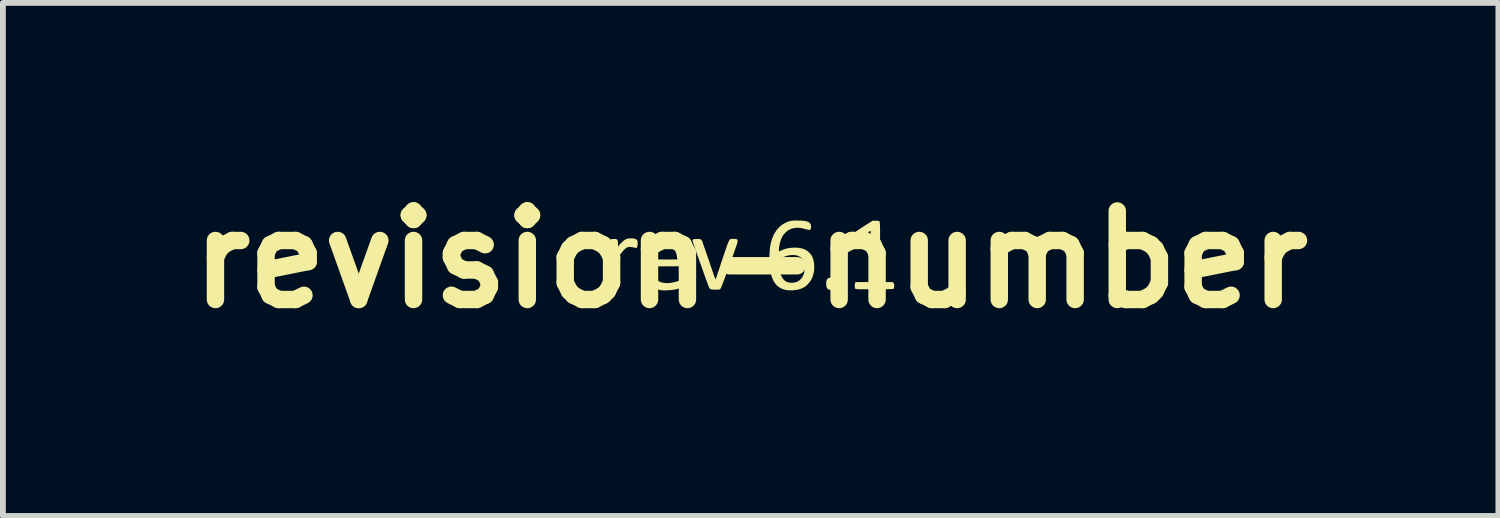
<source format=kicad_pcb>
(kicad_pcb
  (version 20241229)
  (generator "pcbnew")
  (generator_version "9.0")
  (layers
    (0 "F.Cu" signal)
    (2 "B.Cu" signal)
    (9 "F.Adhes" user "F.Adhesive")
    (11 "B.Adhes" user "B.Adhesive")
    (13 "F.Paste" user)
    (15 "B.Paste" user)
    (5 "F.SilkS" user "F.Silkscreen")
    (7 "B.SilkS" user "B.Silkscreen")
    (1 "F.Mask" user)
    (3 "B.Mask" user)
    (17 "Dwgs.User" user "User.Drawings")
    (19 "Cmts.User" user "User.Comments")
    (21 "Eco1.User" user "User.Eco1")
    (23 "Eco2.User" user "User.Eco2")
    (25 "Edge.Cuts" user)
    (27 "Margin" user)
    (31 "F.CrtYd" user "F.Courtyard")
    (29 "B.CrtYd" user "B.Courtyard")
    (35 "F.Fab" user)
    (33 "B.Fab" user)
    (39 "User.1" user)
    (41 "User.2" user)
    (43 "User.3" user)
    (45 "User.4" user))
  (footprint "revision-number"
    (layer "F.Cu")
    (at 9.877 1.418)
    (property "Reference" "revision-number" (at 0 0 0) (layer "F.SilkS") (effects (font (size 1.524 1.524) (thickness 0.3))))
    (attr board_only exclude_from_pos_files exclude_from_bom)
    (fp_poly (pts (xy 1.419 0.314) (xy 1.447 0.317) (xy 1.466 0.323) (xy 1.484 0.34) (xy 1.495 0.368) (xy 1.499 0.407) (xy 1.498 0.434) (xy 1.493 0.469) (xy 1.484 0.493) (xy 1.469 0.509) (xy 1.459 0.514) (xy 1.434 0.521) (xy 1.403 0.525) (xy 1.371 0.524) (xy 1.349 0.521) (xy 1.327 0.509) (xy 1.313 0.489) (xy 1.304 0.459) (xy 1.301 0.434) (xy 1.301 0.394) (xy 1.308 0.36) (xy 1.321 0.335) (xy 1.338 0.321) (xy 1.359 0.315) (xy 1.388 0.313)) (stroke (width 0) (type solid)) (fill yes) (layer "F.SilkS"))
    (fp_poly (pts (xy -2.024 -0.362) (xy -1.992 -0.355) (xy -1.969 -0.346) (xy -1.956 -0.335) (xy -1.951 -0.326) (xy -1.947 -0.306) (xy -1.945 -0.279) (xy -1.947 -0.251) (xy -1.951 -0.225) (xy -1.957 -0.208) (xy -1.96 -0.204) (xy -1.968 -0.198) (xy -1.977 -0.197) (xy -1.992 -0.2) (xy -2.006 -0.204) (xy -2.043 -0.213) (xy -2.081 -0.216) (xy -2.113 -0.212) (xy -2.13 -0.206) (xy -2.152 -0.191) (xy -2.178 -0.167) (xy -2.205 -0.137) (xy -2.231 -0.104) (xy -2.244 -0.087) (xy -2.271 -0.045) (xy -2.271 0.224) (xy -2.271 0.296) (xy -2.271 0.356) (xy -2.272 0.404) (xy -2.273 0.441) (xy -2.275 0.47) (xy -2.279 0.491) (xy -2.284 0.505) (xy -2.292 0.514) (xy -2.302 0.519) (xy -2.315 0.521) (xy -2.331 0.521) (xy -2.35 0.521) (xy -2.353 0.521) (xy -2.383 0.52) (xy -2.402 0.518) (xy -2.414 0.513) (xy -2.419 0.508) (xy -2.422 0.505) (xy -2.424 0.499) (xy -2.426 0.49) (xy -2.427 0.476) (xy -2.428 0.457) (xy -2.429 0.432) (xy -2.43 0.399) (xy -2.43 0.358) (xy -2.431 0.307) (xy -2.431 0.245) (xy -2.431 0.172) (xy -2.431 0.085) (xy -2.431 0.082) (xy -2.431 -0.005) (xy -2.431 -0.079) (xy -2.431 -0.141) (xy -2.43 -0.192) (xy -2.43 -0.234) (xy -2.429 -0.267) (xy -2.428 -0.292) (xy -2.427 -0.311) (xy -2.426 -0.324) (xy -2.424 -0.333) (xy -2.422 -0.338) (xy -2.42 -0.341) (xy -2.407 -0.346) (xy -2.386 -0.351) (xy -2.361 -0.353) (xy -2.329 -0.353) (xy -2.308 -0.348) (xy -2.294 -0.336) (xy -2.287 -0.315) (xy -2.285 -0.282) (xy -2.285 -0.273) (xy -2.285 -0.219) (xy -2.27 -0.24) (xy -2.247 -0.267) (xy -2.219 -0.295) (xy -2.19 -0.321) (xy -2.162 -0.341) (xy -2.147 -0.349) (xy -2.111 -0.36) (xy -2.068 -0.364)) (stroke (width 0) (type solid)) (fill yes) (layer "F.SilkS"))
    (fp_poly (pts (xy 2.185 -0.666) (xy 2.206 -0.663) (xy 2.217 -0.657) (xy 2.219 -0.656) (xy 2.221 -0.653) (xy 2.222 -0.647) (xy 2.224 -0.638) (xy 2.225 -0.624) (xy 2.226 -0.605) (xy 2.227 -0.58) (xy 2.228 -0.547) (xy 2.229 -0.506) (xy 2.229 -0.457) (xy 2.229 -0.397) (xy 2.229 -0.326) (xy 2.229 -0.244) (xy 2.23 -0.148) (xy 2.23 -0.128) (xy 2.23 0.389) (xy 2.341 0.389) (xy 2.382 0.389) (xy 2.412 0.389) (xy 2.432 0.39) (xy 2.445 0.392) (xy 2.453 0.396) (xy 2.459 0.4) (xy 2.463 0.406) (xy 2.469 0.423) (xy 2.472 0.447) (xy 2.471 0.472) (xy 2.467 0.493) (xy 2.459 0.507) (xy 2.458 0.508) (xy 2.449 0.509) (xy 2.428 0.51) (xy 2.396 0.511) (xy 2.354 0.512) (xy 2.304 0.513) (xy 2.247 0.513) (xy 2.185 0.514) (xy 2.127 0.514) (xy 2.052 0.514) (xy 1.99 0.514) (xy 1.939 0.514) (xy 1.898 0.513) (xy 1.867 0.513) (xy 1.843 0.512) (xy 1.826 0.511) (xy 1.814 0.509) (xy 1.807 0.507) (xy 1.802 0.505) (xy 1.8 0.502) (xy 1.799 0.501) (xy 1.794 0.482) (xy 1.792 0.456) (xy 1.794 0.429) (xy 1.799 0.407) (xy 1.799 0.407) (xy 1.806 0.389) (xy 2.07 0.389) (xy 2.07 -0.052) (xy 2.07 -0.129) (xy 2.07 -0.202) (xy 2.069 -0.269) (xy 2.069 -0.329) (xy 2.068 -0.382) (xy 2.068 -0.426) (xy 2.067 -0.46) (xy 2.067 -0.483) (xy 2.066 -0.493) (xy 2.066 -0.493) (xy 2.059 -0.49) (xy 2.042 -0.48) (xy 2.017 -0.466) (xy 1.986 -0.447) (xy 1.95 -0.426) (xy 1.946 -0.424) (xy 1.909 -0.402) (xy 1.875 -0.383) (xy 1.847 -0.368) (xy 1.826 -0.358) (xy 1.815 -0.354) (xy 1.815 -0.354) (xy 1.799 -0.36) (xy 1.792 -0.368) (xy 1.787 -0.386) (xy 1.785 -0.412) (xy 1.787 -0.439) (xy 1.792 -0.459) (xy 1.792 -0.46) (xy 1.801 -0.469) (xy 1.82 -0.485) (xy 1.85 -0.506) (xy 1.889 -0.532) (xy 1.936 -0.563) (xy 1.95 -0.572) (xy 2.1 -0.667) (xy 2.154 -0.667)) (stroke (width 0) (type solid)) (fill yes) (layer "F.SilkS"))
    (fp_poly (pts (xy -0.291 -0.354) (xy -0.29 -0.354) (xy -0.262 -0.353) (xy -0.242 -0.349) (xy -0.229 -0.341) (xy -0.224 -0.326) (xy -0.225 -0.304) (xy -0.233 -0.273) (xy -0.247 -0.231) (xy -0.253 -0.214) (xy -0.297 -0.089) (xy -0.337 0.024) (xy -0.373 0.124) (xy -0.405 0.211) (xy -0.433 0.287) (xy -0.457 0.351) (xy -0.477 0.404) (xy -0.493 0.446) (xy -0.506 0.477) (xy -0.515 0.497) (xy -0.521 0.508) (xy -0.522 0.509) (xy -0.531 0.515) (xy -0.545 0.518) (xy -0.566 0.52) (xy -0.597 0.52) (xy -0.607 0.52) (xy -0.638 0.52) (xy -0.666 0.517) (xy -0.686 0.515) (xy -0.692 0.513) (xy -0.704 0.502) (xy -0.716 0.482) (xy -0.722 0.47) (xy -0.731 0.446) (xy -0.743 0.412) (xy -0.759 0.37) (xy -0.777 0.321) (xy -0.796 0.266) (xy -0.817 0.207) (xy -0.839 0.145) (xy -0.861 0.082) (xy -0.884 0.019) (xy -0.905 -0.043) (xy -0.926 -0.102) (xy -0.945 -0.157) (xy -0.962 -0.207) (xy -0.977 -0.249) (xy -0.988 -0.284) (xy -0.996 -0.308) (xy -1 -0.321) (xy -1 -0.323) (xy -0.997 -0.338) (xy -0.985 -0.347) (xy -0.963 -0.352) (xy -0.93 -0.353) (xy -0.911 -0.353) (xy -0.887 -0.351) (xy -0.869 -0.349) (xy -0.855 -0.344) (xy -0.845 -0.334) (xy -0.836 -0.318) (xy -0.826 -0.292) (xy -0.814 -0.256) (xy -0.812 -0.25) (xy -0.801 -0.219) (xy -0.787 -0.179) (xy -0.771 -0.132) (xy -0.753 -0.081) (xy -0.734 -0.026) (xy -0.715 0.03) (xy -0.696 0.086) (xy -0.678 0.139) (xy -0.661 0.188) (xy -0.646 0.231) (xy -0.634 0.267) (xy -0.625 0.293) (xy -0.62 0.307) (xy -0.613 0.326) (xy -0.607 0.338) (xy -0.605 0.34) (xy -0.601 0.334) (xy -0.594 0.317) (xy -0.585 0.292) (xy -0.575 0.262) (xy -0.567 0.238) (xy -0.555 0.202) (xy -0.54 0.157) (xy -0.523 0.106) (xy -0.504 0.049) (xy -0.484 -0.012) (xy -0.463 -0.073) (xy -0.461 -0.078) (xy -0.439 -0.145) (xy -0.42 -0.201) (xy -0.404 -0.246) (xy -0.391 -0.281) (xy -0.38 -0.307) (xy -0.37 -0.327) (xy -0.36 -0.34) (xy -0.35 -0.348) (xy -0.339 -0.353) (xy -0.326 -0.354) (xy -0.31 -0.354)) (stroke (width 0) (type solid)) (fill yes) (layer "F.SilkS"))
    (fp_poly (pts (xy -1.397 -0.36) (xy -1.354 -0.352) (xy -1.351 -0.351) (xy -1.289 -0.326) (xy -1.235 -0.29) (xy -1.19 -0.244) (xy -1.154 -0.188) (xy -1.129 -0.123) (xy -1.122 -0.093) (xy -1.117 -0.062) (xy -1.113 -0.028) (xy -1.112 0.008) (xy -1.112 0.041) (xy -1.114 0.069) (xy -1.118 0.087) (xy -1.12 0.091) (xy -1.126 0.098) (xy -1.132 0.103) (xy -1.141 0.107) (xy -1.154 0.111) (xy -1.171 0.114) (xy -1.195 0.115) (xy -1.226 0.117) (xy -1.267 0.117) (xy -1.317 0.118) (xy -1.38 0.118) (xy -1.431 0.118) (xy -1.704 0.118) (xy -1.7 0.17) (xy -1.69 0.232) (xy -1.671 0.285) (xy -1.642 0.328) (xy -1.622 0.349) (xy -1.58 0.377) (xy -1.529 0.397) (xy -1.47 0.406) (xy -1.407 0.407) (xy -1.339 0.397) (xy -1.268 0.378) (xy -1.258 0.375) (xy -1.219 0.361) (xy -1.191 0.353) (xy -1.172 0.349) (xy -1.16 0.349) (xy -1.153 0.354) (xy -1.152 0.355) (xy -1.149 0.368) (xy -1.147 0.389) (xy -1.146 0.414) (xy -1.147 0.437) (xy -1.15 0.453) (xy -1.15 0.455) (xy -1.162 0.468) (xy -1.186 0.481) (xy -1.222 0.496) (xy -1.269 0.51) (xy -1.277 0.512) (xy -1.32 0.521) (xy -1.37 0.527) (xy -1.423 0.531) (xy -1.474 0.533) (xy -1.52 0.532) (xy -1.552 0.528) (xy -1.621 0.509) (xy -1.684 0.48) (xy -1.738 0.442) (xy -1.782 0.395) (xy -1.813 0.348) (xy -1.834 0.293) (xy -1.851 0.229) (xy -1.86 0.158) (xy -1.863 0.083) (xy -1.861 0.024) (xy -1.857 0) (xy -1.702 0) (xy -1.262 0) (xy -1.267 -0.036) (xy -1.276 -0.086) (xy -1.289 -0.126) (xy -1.308 -0.159) (xy -1.33 -0.185) (xy -1.369 -0.216) (xy -1.412 -0.235) (xy -1.462 -0.243) (xy -1.476 -0.243) (xy -1.526 -0.237) (xy -1.573 -0.221) (xy -1.615 -0.195) (xy -1.648 -0.162) (xy -1.66 -0.144) (xy -1.673 -0.118) (xy -1.685 -0.086) (xy -1.695 -0.055) (xy -1.701 -0.029) (xy -1.702 -0.02) (xy -1.702 0) (xy -1.857 0) (xy -1.848 -0.059) (xy -1.826 -0.132) (xy -1.793 -0.197) (xy -1.752 -0.251) (xy -1.701 -0.296) (xy -1.641 -0.331) (xy -1.594 -0.349) (xy -1.551 -0.358) (xy -1.5 -0.363) (xy -1.447 -0.364)) (stroke (width 0) (type solid)) (fill yes) (layer "F.SilkS"))
    (fp_poly (pts (xy 0.87 -0.669) (xy 0.924 -0.664) (xy 0.967 -0.655) (xy 1 -0.642) (xy 1.022 -0.624) (xy 1.035 -0.603) (xy 1.037 -0.593) (xy 1.04 -0.566) (xy 1.038 -0.54) (xy 1.031 -0.52) (xy 1.021 -0.509) (xy 1.018 -0.508) (xy 1.007 -0.509) (xy 0.985 -0.513) (xy 0.958 -0.519) (xy 0.942 -0.523) (xy 0.888 -0.537) (xy 0.843 -0.544) (xy 0.803 -0.546) (xy 0.763 -0.543) (xy 0.754 -0.542) (xy 0.695 -0.526) (xy 0.643 -0.5) (xy 0.597 -0.461) (xy 0.595 -0.459) (xy 0.564 -0.423) (xy 0.541 -0.386) (xy 0.523 -0.344) (xy 0.514 -0.317) (xy 0.505 -0.284) (xy 0.497 -0.249) (xy 0.491 -0.215) (xy 0.487 -0.184) (xy 0.485 -0.159) (xy 0.487 -0.144) (xy 0.49 -0.139) (xy 0.498 -0.142) (xy 0.514 -0.149) (xy 0.526 -0.155) (xy 0.595 -0.182) (xy 0.671 -0.198) (xy 0.754 -0.204) (xy 0.757 -0.204) (xy 0.828 -0.2) (xy 0.888 -0.189) (xy 0.939 -0.17) (xy 0.984 -0.141) (xy 1.019 -0.108) (xy 1.046 -0.075) (xy 1.065 -0.038) (xy 1.08 0.005) (xy 1.09 0.057) (xy 1.091 0.062) (xy 1.096 0.139) (xy 1.09 0.212) (xy 1.073 0.281) (xy 1.046 0.345) (xy 1.009 0.401) (xy 0.963 0.448) (xy 0.93 0.473) (xy 0.876 0.501) (xy 0.817 0.52) (xy 0.749 0.53) (xy 0.719 0.532) (xy 0.664 0.532) (xy 0.618 0.528) (xy 0.601 0.525) (xy 0.538 0.505) (xy 0.484 0.475) (xy 0.439 0.434) (xy 0.401 0.383) (xy 0.371 0.32) (xy 0.348 0.246) (xy 0.338 0.194) (xy 0.327 0.114) (xy 0.322 0.026) (xy 0.323 -0.004) (xy 0.484 -0.004) (xy 0.489 0.076) (xy 0.496 0.157) (xy 0.509 0.226) (xy 0.528 0.283) (xy 0.553 0.328) (xy 0.584 0.363) (xy 0.621 0.386) (xy 0.639 0.393) (xy 0.673 0.399) (xy 0.714 0.401) (xy 0.754 0.397) (xy 0.789 0.389) (xy 0.804 0.383) (xy 0.847 0.355) (xy 0.88 0.32) (xy 0.904 0.279) (xy 0.921 0.232) (xy 0.93 0.179) (xy 0.931 0.124) (xy 0.924 0.071) (xy 0.91 0.024) (xy 0.896 -0.002) (xy 0.868 -0.033) (xy 0.831 -0.056) (xy 0.786 -0.071) (xy 0.735 -0.076) (xy 0.679 -0.074) (xy 0.621 -0.062) (xy 0.562 -0.042) (xy 0.536 -0.03) (xy 0.484 -0.004) (xy 0.323 -0.004) (xy 0.323 -0.065) (xy 0.328 -0.154) (xy 0.338 -0.237) (xy 0.344 -0.27) (xy 0.368 -0.356) (xy 0.401 -0.433) (xy 0.443 -0.5) (xy 0.493 -0.558) (xy 0.551 -0.605) (xy 0.617 -0.64) (xy 0.656 -0.655) (xy 0.68 -0.661) (xy 0.702 -0.666) (xy 0.728 -0.669) (xy 0.761 -0.67) (xy 0.802 -0.67)) (stroke (width 0) (type solid)) (fill yes) (layer "F.SilkS")))
  (gr_rect
    (start -3 -3)
    (end 22.754 5.836)
    (stroke (width 0.1) (type default))
    (fill no)
    (layer "Edge.Cuts")))
</source>
